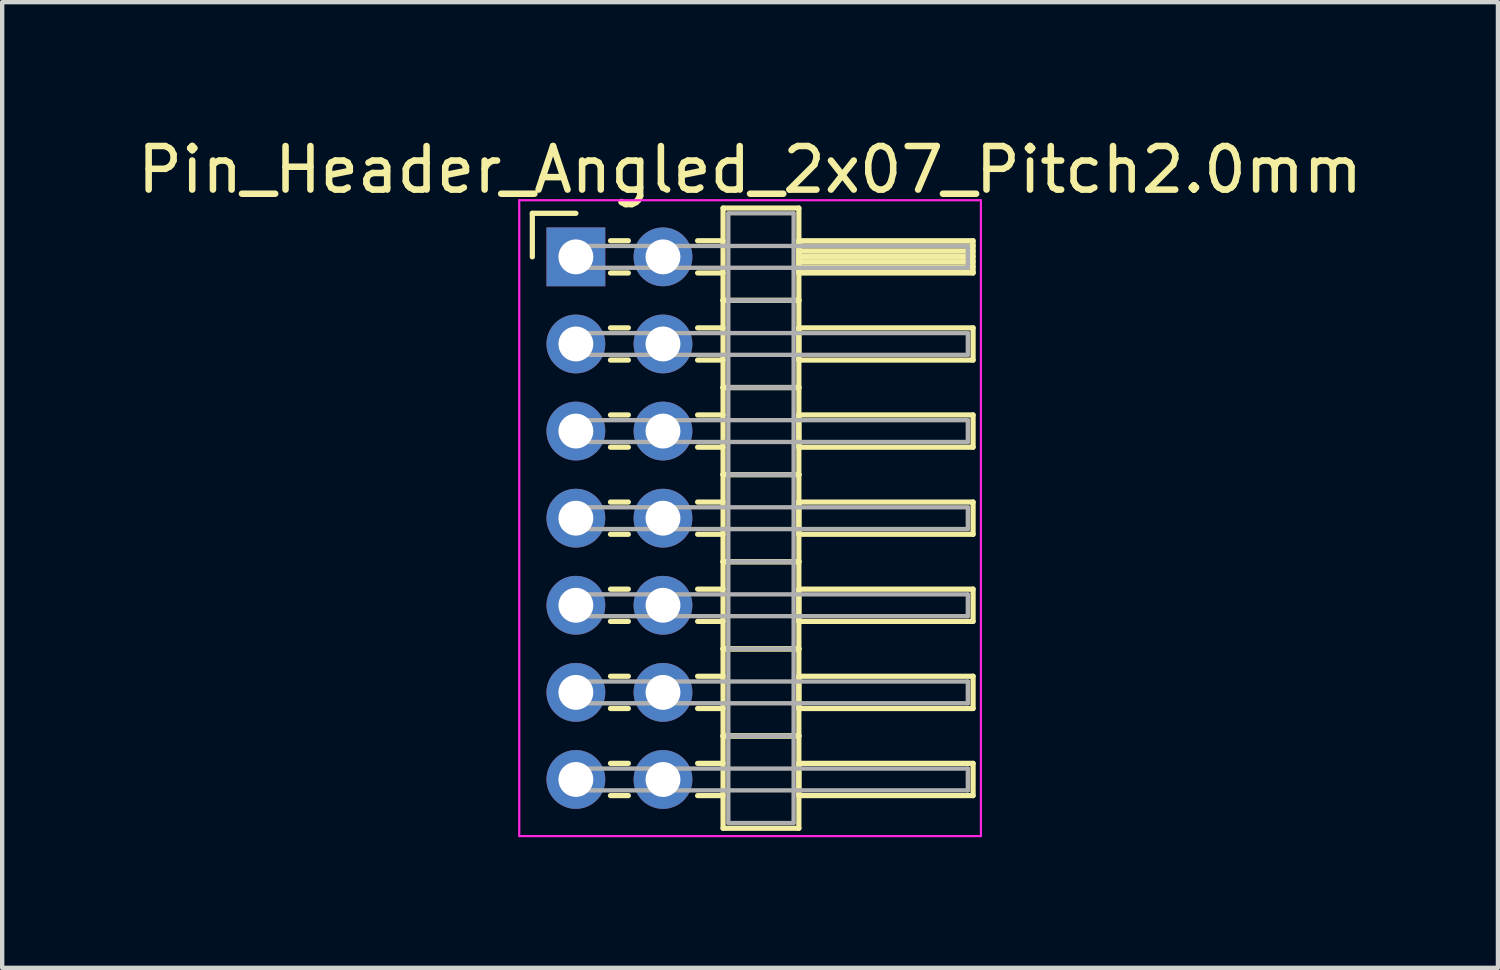
<source format=kicad_pcb>
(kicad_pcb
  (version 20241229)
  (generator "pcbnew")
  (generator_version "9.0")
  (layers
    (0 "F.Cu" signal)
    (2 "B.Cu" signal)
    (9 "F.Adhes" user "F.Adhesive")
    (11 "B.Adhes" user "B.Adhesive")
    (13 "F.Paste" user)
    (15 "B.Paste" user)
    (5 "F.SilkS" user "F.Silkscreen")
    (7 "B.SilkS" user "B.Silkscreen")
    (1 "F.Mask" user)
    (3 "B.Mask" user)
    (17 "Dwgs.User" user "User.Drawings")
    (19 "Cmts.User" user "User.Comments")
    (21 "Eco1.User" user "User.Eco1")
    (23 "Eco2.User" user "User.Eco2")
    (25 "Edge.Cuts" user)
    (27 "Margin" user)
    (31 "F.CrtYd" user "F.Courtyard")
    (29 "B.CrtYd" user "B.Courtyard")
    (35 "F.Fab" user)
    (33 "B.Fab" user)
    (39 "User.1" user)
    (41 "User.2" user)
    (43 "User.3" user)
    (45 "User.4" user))
  (footprint "Pin_Header_Angled_2x07_Pitch2.0mm"
    (layer "F.Cu")
    (at 10.173 2.848)
    (property "Reference" "Pin_Header_Angled_2x07_Pitch2.0mm" (at 4 -2 0) (layer "F.SilkS") (effects (font (size 1 1) (thickness 0.15))))
    (attr through_hole)
    (fp_line (start -1 -1) (end 0 -1) (stroke (width 0.12) (type solid)) (layer "F.SilkS"))
    (fp_line (start -1 0) (end -1 -1) (stroke (width 0.12) (type solid)) (layer "F.SilkS"))
    (fp_line (start 0.795 -0.37) (end 1.205 -0.37) (stroke (width 0.12) (type solid)) (layer "F.SilkS"))
    (fp_line (start 0.795 0.37) (end 1.205 0.37) (stroke (width 0.12) (type solid)) (layer "F.SilkS"))
    (fp_line (start 0.795 1.63) (end 1.205 1.63) (stroke (width 0.12) (type solid)) (layer "F.SilkS"))
    (fp_line (start 0.795 2.37) (end 1.205 2.37) (stroke (width 0.12) (type solid)) (layer "F.SilkS"))
    (fp_line (start 0.795 3.63) (end 1.205 3.63) (stroke (width 0.12) (type solid)) (layer "F.SilkS"))
    (fp_line (start 0.795 4.37) (end 1.205 4.37) (stroke (width 0.12) (type solid)) (layer "F.SilkS"))
    (fp_line (start 0.795 5.63) (end 1.205 5.63) (stroke (width 0.12) (type solid)) (layer "F.SilkS"))
    (fp_line (start 0.795 6.37) (end 1.205 6.37) (stroke (width 0.12) (type solid)) (layer "F.SilkS"))
    (fp_line (start 0.795 7.63) (end 1.205 7.63) (stroke (width 0.12) (type solid)) (layer "F.SilkS"))
    (fp_line (start 0.795 8.37) (end 1.205 8.37) (stroke (width 0.12) (type solid)) (layer "F.SilkS"))
    (fp_line (start 0.795 9.63) (end 1.205 9.63) (stroke (width 0.12) (type solid)) (layer "F.SilkS"))
    (fp_line (start 0.795 10.37) (end 1.205 10.37) (stroke (width 0.12) (type solid)) (layer "F.SilkS"))
    (fp_line (start 0.795 11.63) (end 1.205 11.63) (stroke (width 0.12) (type solid)) (layer "F.SilkS"))
    (fp_line (start 0.795 12.37) (end 1.205 12.37) (stroke (width 0.12) (type solid)) (layer "F.SilkS"))
    (fp_line (start 2.795 -0.37) (end 3.38 -0.37) (stroke (width 0.12) (type solid)) (layer "F.SilkS"))
    (fp_line (start 2.795 0.37) (end 3.38 0.37) (stroke (width 0.12) (type solid)) (layer "F.SilkS"))
    (fp_line (start 2.795 1.63) (end 3.38 1.63) (stroke (width 0.12) (type solid)) (layer "F.SilkS"))
    (fp_line (start 2.795 2.37) (end 3.38 2.37) (stroke (width 0.12) (type solid)) (layer "F.SilkS"))
    (fp_line (start 2.795 3.63) (end 3.38 3.63) (stroke (width 0.12) (type solid)) (layer "F.SilkS"))
    (fp_line (start 2.795 4.37) (end 3.38 4.37) (stroke (width 0.12) (type solid)) (layer "F.SilkS"))
    (fp_line (start 2.795 5.63) (end 3.38 5.63) (stroke (width 0.12) (type solid)) (layer "F.SilkS"))
    (fp_line (start 2.795 6.37) (end 3.38 6.37) (stroke (width 0.12) (type solid)) (layer "F.SilkS"))
    (fp_line (start 2.795 7.63) (end 3.38 7.63) (stroke (width 0.12) (type solid)) (layer "F.SilkS"))
    (fp_line (start 2.795 8.37) (end 3.38 8.37) (stroke (width 0.12) (type solid)) (layer "F.SilkS"))
    (fp_line (start 2.795 9.63) (end 3.38 9.63) (stroke (width 0.12) (type solid)) (layer "F.SilkS"))
    (fp_line (start 2.795 10.37) (end 3.38 10.37) (stroke (width 0.12) (type solid)) (layer "F.SilkS"))
    (fp_line (start 2.795 11.63) (end 3.38 11.63) (stroke (width 0.12) (type solid)) (layer "F.SilkS"))
    (fp_line (start 2.795 12.37) (end 3.38 12.37) (stroke (width 0.12) (type solid)) (layer "F.SilkS"))
    (fp_line (start 3.38 -1.12) (end 3.38 1) (stroke (width 0.12) (type solid)) (layer "F.SilkS"))
    (fp_line (start 3.38 1) (end 3.38 3) (stroke (width 0.12) (type solid)) (layer "F.SilkS"))
    (fp_line (start 3.38 1) (end 5.12 1) (stroke (width 0.12) (type solid)) (layer "F.SilkS"))
    (fp_line (start 3.38 3) (end 3.38 5) (stroke (width 0.12) (type solid)) (layer "F.SilkS"))
    (fp_line (start 3.38 3) (end 5.12 3) (stroke (width 0.12) (type solid)) (layer "F.SilkS"))
    (fp_line (start 3.38 5) (end 3.38 7) (stroke (width 0.12) (type solid)) (layer "F.SilkS"))
    (fp_line (start 3.38 5) (end 5.12 5) (stroke (width 0.12) (type solid)) (layer "F.SilkS"))
    (fp_line (start 3.38 7) (end 3.38 9) (stroke (width 0.12) (type solid)) (layer "F.SilkS"))
    (fp_line (start 3.38 7) (end 5.12 7) (stroke (width 0.12) (type solid)) (layer "F.SilkS"))
    (fp_line (start 3.38 9) (end 3.38 11) (stroke (width 0.12) (type solid)) (layer "F.SilkS"))
    (fp_line (start 3.38 9) (end 5.12 9) (stroke (width 0.12) (type solid)) (layer "F.SilkS"))
    (fp_line (start 3.38 11) (end 3.38 13.12) (stroke (width 0.12) (type solid)) (layer "F.SilkS"))
    (fp_line (start 3.38 11) (end 5.12 11) (stroke (width 0.12) (type solid)) (layer "F.SilkS"))
    (fp_line (start 3.38 13.12) (end 5.12 13.12) (stroke (width 0.12) (type solid)) (layer "F.SilkS"))
    (fp_line (start 5.12 -1.12) (end 3.38 -1.12) (stroke (width 0.12) (type solid)) (layer "F.SilkS"))
    (fp_line (start 5.12 -0.37) (end 5.12 0.37) (stroke (width 0.12) (type solid)) (layer "F.SilkS"))
    (fp_line (start 5.12 -0.25) (end 9.12 -0.25) (stroke (width 0.12) (type solid)) (layer "F.SilkS"))
    (fp_line (start 5.12 -0.13) (end 9.12 -0.13) (stroke (width 0.12) (type solid)) (layer "F.SilkS"))
    (fp_line (start 5.12 -0.01) (end 9.12 -0.01) (stroke (width 0.12) (type solid)) (layer "F.SilkS"))
    (fp_line (start 5.12 0.11) (end 9.12 0.11) (stroke (width 0.12) (type solid)) (layer "F.SilkS"))
    (fp_line (start 5.12 0.23) (end 9.12 0.23) (stroke (width 0.12) (type solid)) (layer "F.SilkS"))
    (fp_line (start 5.12 0.35) (end 9.12 0.35) (stroke (width 0.12) (type solid)) (layer "F.SilkS"))
    (fp_line (start 5.12 0.37) (end 9.12 0.37) (stroke (width 0.12) (type solid)) (layer "F.SilkS"))
    (fp_line (start 5.12 1) (end 3.38 1) (stroke (width 0.12) (type solid)) (layer "F.SilkS"))
    (fp_line (start 5.12 1) (end 5.12 -1.12) (stroke (width 0.12) (type solid)) (layer "F.SilkS"))
    (fp_line (start 5.12 1.63) (end 5.12 2.37) (stroke (width 0.12) (type solid)) (layer "F.SilkS"))
    (fp_line (start 5.12 2.37) (end 9.12 2.37) (stroke (width 0.12) (type solid)) (layer "F.SilkS"))
    (fp_line (start 5.12 3) (end 3.38 3) (stroke (width 0.12) (type solid)) (layer "F.SilkS"))
    (fp_line (start 5.12 3) (end 5.12 1) (stroke (width 0.12) (type solid)) (layer "F.SilkS"))
    (fp_line (start 5.12 3.63) (end 5.12 4.37) (stroke (width 0.12) (type solid)) (layer "F.SilkS"))
    (fp_line (start 5.12 4.37) (end 9.12 4.37) (stroke (width 0.12) (type solid)) (layer "F.SilkS"))
    (fp_line (start 5.12 5) (end 3.38 5) (stroke (width 0.12) (type solid)) (layer "F.SilkS"))
    (fp_line (start 5.12 5) (end 5.12 3) (stroke (width 0.12) (type solid)) (layer "F.SilkS"))
    (fp_line (start 5.12 5.63) (end 5.12 6.37) (stroke (width 0.12) (type solid)) (layer "F.SilkS"))
    (fp_line (start 5.12 6.37) (end 9.12 6.37) (stroke (width 0.12) (type solid)) (layer "F.SilkS"))
    (fp_line (start 5.12 7) (end 3.38 7) (stroke (width 0.12) (type solid)) (layer "F.SilkS"))
    (fp_line (start 5.12 7) (end 5.12 5) (stroke (width 0.12) (type solid)) (layer "F.SilkS"))
    (fp_line (start 5.12 7.63) (end 5.12 8.37) (stroke (width 0.12) (type solid)) (layer "F.SilkS"))
    (fp_line (start 5.12 8.37) (end 9.12 8.37) (stroke (width 0.12) (type solid)) (layer "F.SilkS"))
    (fp_line (start 5.12 9) (end 3.38 9) (stroke (width 0.12) (type solid)) (layer "F.SilkS"))
    (fp_line (start 5.12 9) (end 5.12 7) (stroke (width 0.12) (type solid)) (layer "F.SilkS"))
    (fp_line (start 5.12 9.63) (end 5.12 10.37) (stroke (width 0.12) (type solid)) (layer "F.SilkS"))
    (fp_line (start 5.12 10.37) (end 9.12 10.37) (stroke (width 0.12) (type solid)) (layer "F.SilkS"))
    (fp_line (start 5.12 11) (end 3.38 11) (stroke (width 0.12) (type solid)) (layer "F.SilkS"))
    (fp_line (start 5.12 11) (end 5.12 9) (stroke (width 0.12) (type solid)) (layer "F.SilkS"))
    (fp_line (start 5.12 11.63) (end 5.12 12.37) (stroke (width 0.12) (type solid)) (layer "F.SilkS"))
    (fp_line (start 5.12 12.37) (end 9.12 12.37) (stroke (width 0.12) (type solid)) (layer "F.SilkS"))
    (fp_line (start 5.12 13.12) (end 5.12 11) (stroke (width 0.12) (type solid)) (layer "F.SilkS"))
    (fp_line (start 9.12 -0.37) (end 5.12 -0.37) (stroke (width 0.12) (type solid)) (layer "F.SilkS"))
    (fp_line (start 9.12 0.37) (end 9.12 -0.37) (stroke (width 0.12) (type solid)) (layer "F.SilkS"))
    (fp_line (start 9.12 1.63) (end 5.12 1.63) (stroke (width 0.12) (type solid)) (layer "F.SilkS"))
    (fp_line (start 9.12 2.37) (end 9.12 1.63) (stroke (width 0.12) (type solid)) (layer "F.SilkS"))
    (fp_line (start 9.12 3.63) (end 5.12 3.63) (stroke (width 0.12) (type solid)) (layer "F.SilkS"))
    (fp_line (start 9.12 4.37) (end 9.12 3.63) (stroke (width 0.12) (type solid)) (layer "F.SilkS"))
    (fp_line (start 9.12 5.63) (end 5.12 5.63) (stroke (width 0.12) (type solid)) (layer "F.SilkS"))
    (fp_line (start 9.12 6.37) (end 9.12 5.63) (stroke (width 0.12) (type solid)) (layer "F.SilkS"))
    (fp_line (start 9.12 7.63) (end 5.12 7.63) (stroke (width 0.12) (type solid)) (layer "F.SilkS"))
    (fp_line (start 9.12 8.37) (end 9.12 7.63) (stroke (width 0.12) (type solid)) (layer "F.SilkS"))
    (fp_line (start 9.12 9.63) (end 5.12 9.63) (stroke (width 0.12) (type solid)) (layer "F.SilkS"))
    (fp_line (start 9.12 10.37) (end 9.12 9.63) (stroke (width 0.12) (type solid)) (layer "F.SilkS"))
    (fp_line (start 9.12 11.63) (end 5.12 11.63) (stroke (width 0.12) (type solid)) (layer "F.SilkS"))
    (fp_line (start 9.12 12.37) (end 9.12 11.63) (stroke (width 0.12) (type solid)) (layer "F.SilkS"))
    (fp_line (start -1.3 -1.3) (end -1.3 13.3) (stroke (width 0.05) (type solid)) (layer "F.CrtYd"))
    (fp_line (start -1.3 13.3) (end 9.3 13.3) (stroke (width 0.05) (type solid)) (layer "F.CrtYd"))
    (fp_line (start 9.3 -1.3) (end -1.3 -1.3) (stroke (width 0.05) (type solid)) (layer "F.CrtYd"))
    (fp_line (start 9.3 13.3) (end 9.3 -1.3) (stroke (width 0.05) (type solid)) (layer "F.CrtYd"))
    (fp_line (start 0 -0.25) (end 0 0.25) (stroke (width 0.1) (type solid)) (layer "F.Fab"))
    (fp_line (start 0 0.25) (end 9 0.25) (stroke (width 0.1) (type solid)) (layer "F.Fab"))
    (fp_line (start 0 1.75) (end 0 2.25) (stroke (width 0.1) (type solid)) (layer "F.Fab"))
    (fp_line (start 0 2.25) (end 9 2.25) (stroke (width 0.1) (type solid)) (layer "F.Fab"))
    (fp_line (start 0 3.75) (end 0 4.25) (stroke (width 0.1) (type solid)) (layer "F.Fab"))
    (fp_line (start 0 4.25) (end 9 4.25) (stroke (width 0.1) (type solid)) (layer "F.Fab"))
    (fp_line (start 0 5.75) (end 0 6.25) (stroke (width 0.1) (type solid)) (layer "F.Fab"))
    (fp_line (start 0 6.25) (end 9 6.25) (stroke (width 0.1) (type solid)) (layer "F.Fab"))
    (fp_line (start 0 7.75) (end 0 8.25) (stroke (width 0.1) (type solid)) (layer "F.Fab"))
    (fp_line (start 0 8.25) (end 9 8.25) (stroke (width 0.1) (type solid)) (layer "F.Fab"))
    (fp_line (start 0 9.75) (end 0 10.25) (stroke (width 0.1) (type solid)) (layer "F.Fab"))
    (fp_line (start 0 10.25) (end 9 10.25) (stroke (width 0.1) (type solid)) (layer "F.Fab"))
    (fp_line (start 0 11.75) (end 0 12.25) (stroke (width 0.1) (type solid)) (layer "F.Fab"))
    (fp_line (start 0 12.25) (end 9 12.25) (stroke (width 0.1) (type solid)) (layer "F.Fab"))
    (fp_line (start 3.5 -1) (end 3.5 1) (stroke (width 0.1) (type solid)) (layer "F.Fab"))
    (fp_line (start 3.5 1) (end 3.5 3) (stroke (width 0.1) (type solid)) (layer "F.Fab"))
    (fp_line (start 3.5 1) (end 5 1) (stroke (width 0.1) (type solid)) (layer "F.Fab"))
    (fp_line (start 3.5 3) (end 3.5 5) (stroke (width 0.1) (type solid)) (layer "F.Fab"))
    (fp_line (start 3.5 3) (end 5 3) (stroke (width 0.1) (type solid)) (layer "F.Fab"))
    (fp_line (start 3.5 5) (end 3.5 7) (stroke (width 0.1) (type solid)) (layer "F.Fab"))
    (fp_line (start 3.5 5) (end 5 5) (stroke (width 0.1) (type solid)) (layer "F.Fab"))
    (fp_line (start 3.5 7) (end 3.5 9) (stroke (width 0.1) (type solid)) (layer "F.Fab"))
    (fp_line (start 3.5 7) (end 5 7) (stroke (width 0.1) (type solid)) (layer "F.Fab"))
    (fp_line (start 3.5 9) (end 3.5 11) (stroke (width 0.1) (type solid)) (layer "F.Fab"))
    (fp_line (start 3.5 9) (end 5 9) (stroke (width 0.1) (type solid)) (layer "F.Fab"))
    (fp_line (start 3.5 11) (end 3.5 13) (stroke (width 0.1) (type solid)) (layer "F.Fab"))
    (fp_line (start 3.5 11) (end 5 11) (stroke (width 0.1) (type solid)) (layer "F.Fab"))
    (fp_line (start 3.5 13) (end 5 13) (stroke (width 0.1) (type solid)) (layer "F.Fab"))
    (fp_line (start 5 -1) (end 3.5 -1) (stroke (width 0.1) (type solid)) (layer "F.Fab"))
    (fp_line (start 5 1) (end 3.5 1) (stroke (width 0.1) (type solid)) (layer "F.Fab"))
    (fp_line (start 5 1) (end 5 -1) (stroke (width 0.1) (type solid)) (layer "F.Fab"))
    (fp_line (start 5 3) (end 3.5 3) (stroke (width 0.1) (type solid)) (layer "F.Fab"))
    (fp_line (start 5 3) (end 5 1) (stroke (width 0.1) (type solid)) (layer "F.Fab"))
    (fp_line (start 5 5) (end 3.5 5) (stroke (width 0.1) (type solid)) (layer "F.Fab"))
    (fp_line (start 5 5) (end 5 3) (stroke (width 0.1) (type solid)) (layer "F.Fab"))
    (fp_line (start 5 7) (end 3.5 7) (stroke (width 0.1) (type solid)) (layer "F.Fab"))
    (fp_line (start 5 7) (end 5 5) (stroke (width 0.1) (type solid)) (layer "F.Fab"))
    (fp_line (start 5 9) (end 3.5 9) (stroke (width 0.1) (type solid)) (layer "F.Fab"))
    (fp_line (start 5 9) (end 5 7) (stroke (width 0.1) (type solid)) (layer "F.Fab"))
    (fp_line (start 5 11) (end 3.5 11) (stroke (width 0.1) (type solid)) (layer "F.Fab"))
    (fp_line (start 5 11) (end 5 9) (stroke (width 0.1) (type solid)) (layer "F.Fab"))
    (fp_line (start 5 13) (end 5 11) (stroke (width 0.1) (type solid)) (layer "F.Fab"))
    (fp_line (start 9 -0.25) (end 0 -0.25) (stroke (width 0.1) (type solid)) (layer "F.Fab"))
    (fp_line (start 9 0.25) (end 9 -0.25) (stroke (width 0.1) (type solid)) (layer "F.Fab"))
    (fp_line (start 9 1.75) (end 0 1.75) (stroke (width 0.1) (type solid)) (layer "F.Fab"))
    (fp_line (start 9 2.25) (end 9 1.75) (stroke (width 0.1) (type solid)) (layer "F.Fab"))
    (fp_line (start 9 3.75) (end 0 3.75) (stroke (width 0.1) (type solid)) (layer "F.Fab"))
    (fp_line (start 9 4.25) (end 9 3.75) (stroke (width 0.1) (type solid)) (layer "F.Fab"))
    (fp_line (start 9 5.75) (end 0 5.75) (stroke (width 0.1) (type solid)) (layer "F.Fab"))
    (fp_line (start 9 6.25) (end 9 5.75) (stroke (width 0.1) (type solid)) (layer "F.Fab"))
    (fp_line (start 9 7.75) (end 0 7.75) (stroke (width 0.1) (type solid)) (layer "F.Fab"))
    (fp_line (start 9 8.25) (end 9 7.75) (stroke (width 0.1) (type solid)) (layer "F.Fab"))
    (fp_line (start 9 9.75) (end 0 9.75) (stroke (width 0.1) (type solid)) (layer "F.Fab"))
    (fp_line (start 9 10.25) (end 9 9.75) (stroke (width 0.1) (type solid)) (layer "F.Fab"))
    (fp_line (start 9 11.75) (end 0 11.75) (stroke (width 0.1) (type solid)) (layer "F.Fab"))
    (fp_line (start 9 12.25) (end 9 11.75) (stroke (width 0.1) (type solid)) (layer "F.Fab"))
    (pad "1" thru_hole rect (at 0 0) (size 1.35 1.35) (drill 0.8) (layers "*.Cu" "*.Mask"))
    (pad "2" thru_hole oval (at 2 0) (size 1.35 1.35) (drill 0.8) (layers "*.Cu" "*.Mask"))
    (pad "3" thru_hole oval (at 0 2) (size 1.35 1.35) (drill 0.8) (layers "*.Cu" "*.Mask"))
    (pad "4" thru_hole oval (at 2 2) (size 1.35 1.35) (drill 0.8) (layers "*.Cu" "*.Mask"))
    (pad "5" thru_hole oval (at 0 4) (size 1.35 1.35) (drill 0.8) (layers "*.Cu" "*.Mask"))
    (pad "6" thru_hole oval (at 2 4) (size 1.35 1.35) (drill 0.8) (layers "*.Cu" "*.Mask"))
    (pad "7" thru_hole oval (at 0 6) (size 1.35 1.35) (drill 0.8) (layers "*.Cu" "*.Mask"))
    (pad "8" thru_hole oval (at 2 6) (size 1.35 1.35) (drill 0.8) (layers "*.Cu" "*.Mask"))
    (pad "9" thru_hole oval (at 0 8) (size 1.35 1.35) (drill 0.8) (layers "*.Cu" "*.Mask"))
    (pad "10" thru_hole oval (at 2 8) (size 1.35 1.35) (drill 0.8) (layers "*.Cu" "*.Mask"))
    (pad "11" thru_hole oval (at 0 10) (size 1.35 1.35) (drill 0.8) (layers "*.Cu" "*.Mask"))
    (pad "12" thru_hole oval (at 2 10) (size 1.35 1.35) (drill 0.8) (layers "*.Cu" "*.Mask"))
    (pad "13" thru_hole oval (at 0 12) (size 1.35 1.35) (drill 0.8) (layers "*.Cu" "*.Mask"))
    (pad "14" thru_hole oval (at 2 12) (size 1.35 1.35) (drill 0.8) (layers "*.Cu" "*.Mask")))
  (gr_rect
    (start -3 -3)
    (end 31.345 19.173)
    (stroke (width 0.1) (type default))
    (fill no)
    (layer "Edge.Cuts")))
</source>
